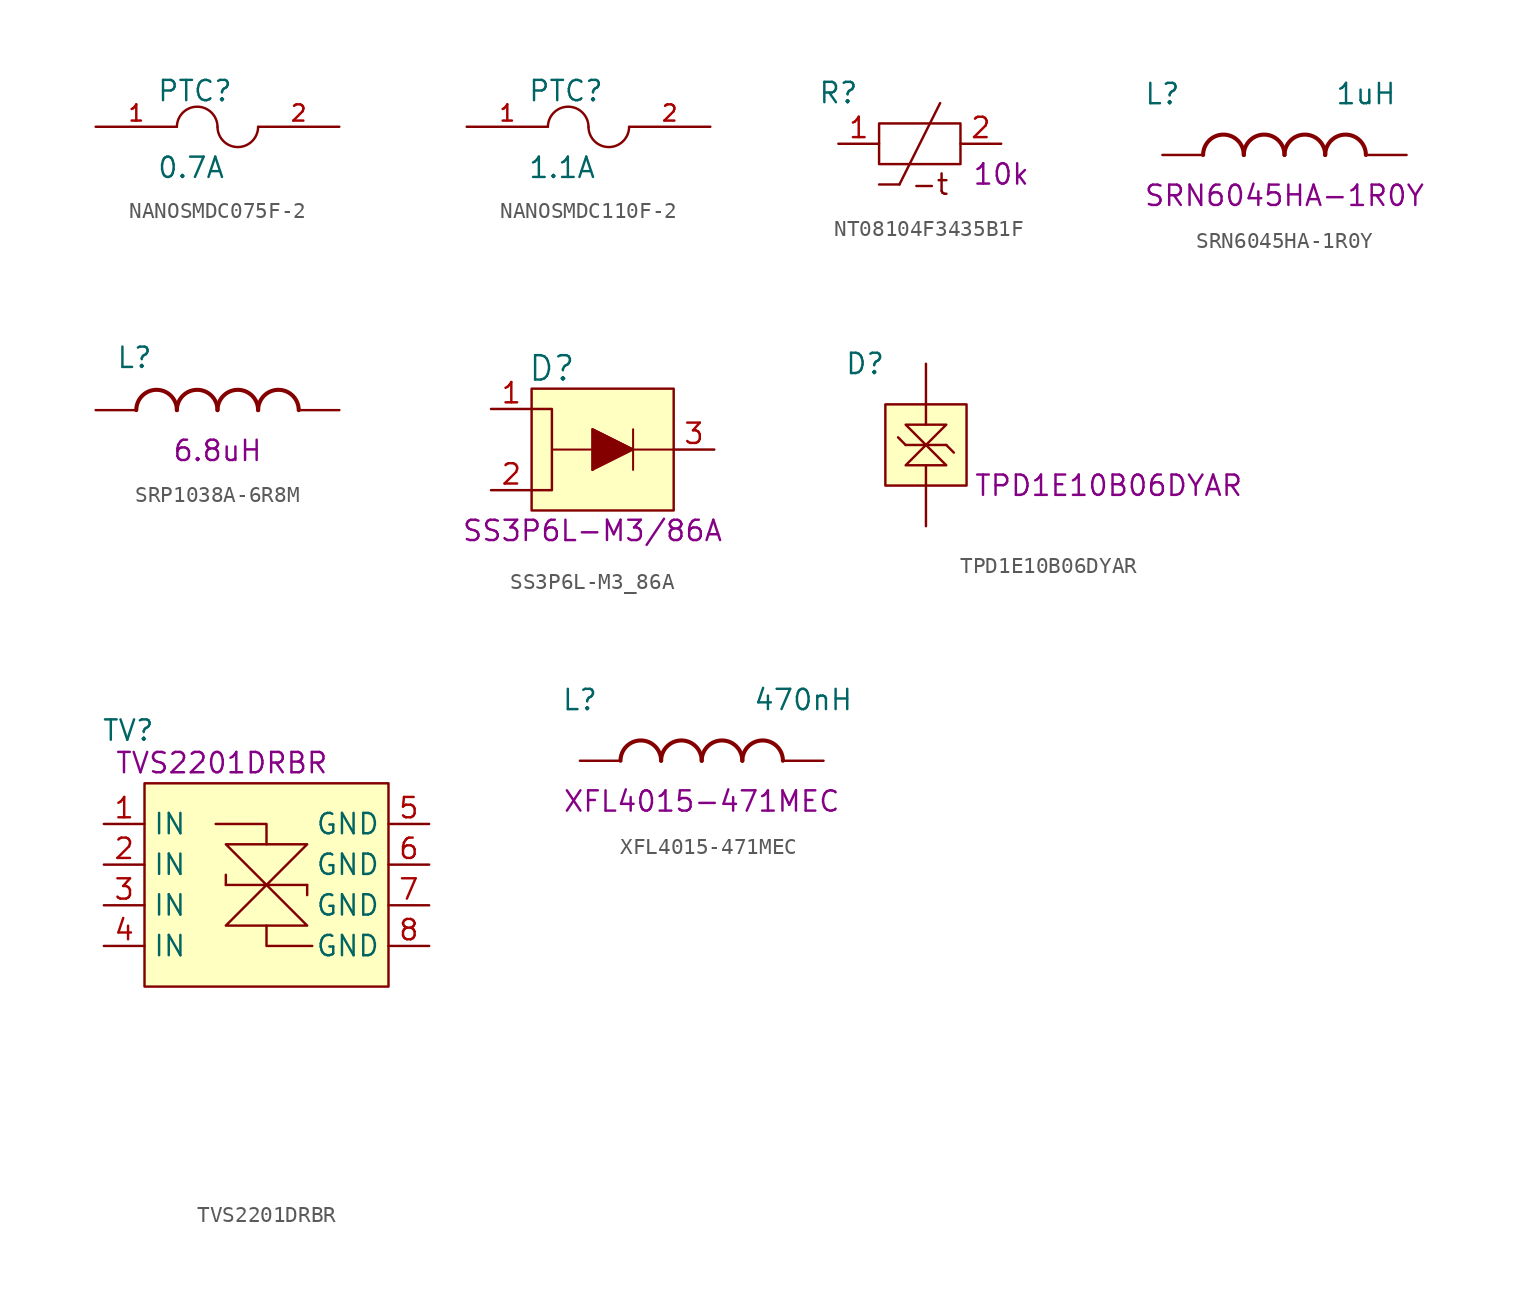
<source format=kicad_sym>
(kicad_symbol_lib
  (version 20241209)
  (generator "kicad_symbol_editor")
  (generator_version "9.0")
  (symbol "NANOSMDC075F-2"
    (pin_names
      (offset 1.016))
    (property "Reference" "PTC"
      (at -3.81 1.499 0)
      (effects (font (size 1.27 1.27)) (justify left bottom)))
    (property "Value" "0.7A"
      (at -3.81 -3.302 0)
      (effects (font (size 1.27 1.27)) (justify left bottom)))
    (symbol "NANOSMDC075F-2_0_0"
      (pin passive line (at -7.62 0 0) (length 5.08) (name "~" (effects (font (size 1.016 1.016)))) (number "1" (effects (font (size 1.016 1.016)))))
      (pin passive line (at 7.62 0 180) (length 5.08) (name "~" (effects (font (size 1.016 1.016)))) (number "2" (effects (font (size 1.016 1.016))))))
    (symbol "NANOSMDC075F-2_0_1"
      (arc (start -2.54 0) (mid -1.27 1.2542) (end 0 0) (stroke (width 0) (type default)) (fill (type none)))
      (arc (start 2.54 -0.0159) (mid 1.27 -1.2701) (end 0 -0.0159) (stroke (width 0) (type default)) (fill (type none)))))
  (symbol "NANOSMDC110F-2"
    (pin_names
      (offset 1.016))
    (property "Reference" "PTC"
      (at -3.81 1.499 0)
      (effects (font (size 1.27 1.27)) (justify left bottom)))
    (property "Value" "1.1A"
      (at -3.81 -3.302 0)
      (effects (font (size 1.27 1.27)) (justify left bottom)))
    (symbol "NANOSMDC110F-2_0_0"
      (pin passive line (at -7.62 0 0) (length 5.08) (name "~" (effects (font (size 1.016 1.016)))) (number "1" (effects (font (size 1.016 1.016)))))
      (pin passive line (at 7.62 0 180) (length 5.08) (name "~" (effects (font (size 1.016 1.016)))) (number "2" (effects (font (size 1.016 1.016))))))
    (symbol "NANOSMDC110F-2_0_1"
      (arc (start -2.54 0) (mid -1.27 1.2542) (end 0 0) (stroke (width 0) (type default)) (fill (type none)))
      (arc (start 2.54 -0.0159) (mid 1.27 -1.2701) (end 0 -0.0159) (stroke (width 0) (type default)) (fill (type none)))))
  (symbol "NT08104F3435B1F"
    (property "Reference" "R"
      (at 0 3.175 0)
      (effects (font (size 1.27 1.27))))
    (property "Resistance " "10k"
      (at 10.16 -1.905 0)
      (effects (font (size 1.27 1.27))))
    (symbol "NT08104F3435B1F_0_0"
      (pin passive line (at 0 0 0) (length 2.54) (name "" (effects (font (size 1.27 1.27)))) (number "1" (effects (font (size 1.27 1.27)))))
      (pin passive line (at 10.16 0 180) (length 2.54) (name "" (effects (font (size 1.27 1.27)))) (number "2" (effects (font (size 1.27 1.27))))))
    (symbol "NT08104F3435B1F_0_1"
      (rectangle (start 2.54 1.27) (end 7.62 -1.27) (stroke (width 0) (type default)) (fill (type none)))
      (polyline (pts (xy 2.54 -2.54) (xy 3.81 -2.54)) (stroke (width 0) (type default)) (fill (type none)))
      (polyline (pts (xy 3.81 -2.54) (xy 6.35 2.54)) (stroke (width 0) (type default)) (fill (type none))))
    (symbol "NT08104F3435B1F_1_1"
      (text "-t" (at 5.715 -2.54 0) (effects (font (size 1.27 1.27))))))
  (symbol "SRN6045HA-1R0Y"
    (pin_numbers
      (hide yes))
    (pin_names
      (hide yes))
    (property "Reference" "L"
      (at 0 3.81 0)
      (effects (font (size 1.27 1.27))))
    (property "Value" "1uH"
      (at 12.7 3.81 0)
      (effects (font (size 1.27 1.27))))
    (property "PartNumber" "SRN6045HA-1R0Y"
      (at 7.62 -2.54 0)
      (effects (font (size 1.27 1.27))))
    (symbol "SRN6045HA-1R0Y_0_0"
      (arc (start 2.54 0) (mid 3.81 1.2645) (end 5.08 0) (stroke (width 0.254) (type default)) (fill (type none)))
      (arc (start 5.08 0) (mid 6.35 1.2645) (end 7.62 0) (stroke (width 0.254) (type default)) (fill (type none)))
      (arc (start 7.62 0) (mid 8.89 1.2645) (end 10.16 0) (stroke (width 0.254) (type default)) (fill (type none)))
      (arc (start 10.16 0) (mid 11.43 1.2645) (end 12.7 0) (stroke (width 0.254) (type default)) (fill (type none)))
      (pin passive line (at 0 0 0) (length 2.54) (name "~" (effects (font (size 1.016 1.016)))) (number "1" (effects (font (size 1.016 1.016)))))
      (pin passive line (at 15.24 0 180) (length 2.54) (name "~" (effects (font (size 1.016 1.016)))) (number "2" (effects (font (size 1.016 1.016)))))))
  (symbol "SRP1038A-6R8M"
    (pin_numbers
      (hide yes))
    (pin_names
      (offset 1.016)
      (hide yes))
    (property "Reference" "L"
      (at 1.27 2.54 0)
      (effects (font (size 1.27 1.27)) (justify left bottom)))
    (property "Inductance " "6.8uH"
      (at 7.62 -2.54 0)
      (effects (font (size 1.27 1.27))))
    (symbol "SRP1038A-6R8M_0_0"
      (arc (start 2.54 0) (mid 3.81 1.2645) (end 5.08 0) (stroke (width 0.254) (type default)) (fill (type none)))
      (arc (start 5.08 0) (mid 6.35 1.2645) (end 7.62 0) (stroke (width 0.254) (type default)) (fill (type none)))
      (arc (start 7.62 0) (mid 8.89 1.2645) (end 10.16 0) (stroke (width 0.254) (type default)) (fill (type none)))
      (arc (start 10.16 0) (mid 11.43 1.2645) (end 12.7 0) (stroke (width 0.254) (type default)) (fill (type none)))
      (pin passive line (at 0 0 0) (length 2.54) (name "~" (effects (font (size 1.016 1.016)))) (number "1" (effects (font (size 1.016 1.016)))))
      (pin passive line (at 15.24 0 180) (length 2.54) (name "~" (effects (font (size 1.016 1.016)))) (number "2" (effects (font (size 1.016 1.016)))))))
  (symbol "SS3P6L-M3_86A"
    (pin_names
      (offset 0.254)
      (hide yes))
    (property "Reference" "D"
      (at 3.81 2.54 0)
      (effects (font (size 1.524 1.524))))
    (property "PartNumber" "SS3P6L-M3/86A"
      (at 6.35 -7.62 0)
      (effects (font (size 1.27 1.27))))
    (symbol "SS3P6L-M3_86A_0_1"
      (polyline (pts (xy 3.81 -2.54) (xy 11.43 -2.54)) (stroke (width 0.127) (type default)) (fill (type none)))
      (polyline (pts (xy 6.35 -3.81) (xy 6.35 -1.27)) (stroke (width 0.127) (type default)) (fill (type none)))
      (polyline (pts (xy 6.35 -3.81) (xy 8.89 -2.54)) (stroke (width 0.127) (type default)) (fill (type none)))
      (polyline (pts (xy 8.89 -2.54) (xy 6.35 -1.27)) (stroke (width 0.127) (type default)) (fill (type none)))
      (polyline (pts (xy 8.89 -2.54) (xy 6.35 -1.27) (xy 6.35 -3.81)) (stroke (width 0) (type default)) (fill (type outline)))
      (polyline (pts (xy 8.89 -3.81) (xy 8.89 -1.27)) (stroke (width 0.127) (type default)) (fill (type none))))
    (symbol "SS3P6L-M3_86A_1_1"
      (rectangle (start 2.54 1.27) (end 11.43 -6.35) (stroke (width 0) (type default)) (fill (type background)))
      (polyline (pts (xy 2.54 0) (xy 3.81 0) (xy 3.81 -5.08) (xy 2.54 -5.08)) (stroke (width 0) (type default)) (fill (type none)))
      (pin unspecified line (at 0 0 0) (length 2.54) (name "Anode" (effects (font (size 1.27 1.27)))) (number "1" (effects (font (size 1.27 1.27)))))
      (pin unspecified line (at 0 -5.08 0) (length 2.54) (name "Anode" (effects (font (size 1.27 1.27)))) (number "2" (effects (font (size 1.27 1.27)))))
      (pin unspecified line (at 13.97 -2.54 180) (length 2.54) (name "CATHODE" (effects (font (size 1.27 1.27)))) (number "3" (effects (font (size 1.27 1.27)))))))
  (symbol "TPD1E10B06DYAR"
    (pin_numbers
      (hide yes))
    (pin_names
      (hide yes))
    (property "Reference" "D"
      (at 0 0 0)
      (effects (font (size 1.27 1.27))))
    (property "PartNumber" "TPD1E10B06DYAR"
      (at 15.24 -7.62 0)
      (effects (font (size 1.27 1.27))))
    (symbol "TPD1E10B06DYAR_0_1"
      (polyline (pts (xy 2.54 -5.08) (xy 2.066 -4.603)) (stroke (width 0) (type default)) (fill (type none)))
      (polyline (pts (xy 2.54 -5.08) (xy 5.08 -5.08) (xy 5.08 -5.08)) (stroke (width 0) (type default)) (fill (type none)))
      (polyline (pts (xy 2.54 -6.35) (xy 5.08 -3.81) (xy 2.54 -3.81) (xy 5.08 -6.35) (xy 2.54 -6.35)) (stroke (width 0) (type default)) (fill (type none)))
      (polyline (pts (xy 3.81 -2.54) (xy 3.81 -3.81)) (stroke (width 0) (type default)) (fill (type none)))
      (polyline (pts (xy 3.81 -6.35) (xy 3.81 -7.62)) (stroke (width 0) (type default)) (fill (type none)))
      (polyline (pts (xy 5.08 -5.08) (xy 5.554 -5.557)) (stroke (width 0) (type default)) (fill (type none))))
    (symbol "TPD1E10B06DYAR_1_1"
      (rectangle (start 1.27 -2.54) (end 6.35 -7.62) (stroke (width 0) (type default)) (fill (type background)))
      (pin input line (at 3.81 0 270) (length 2.54) (name "" (effects (font (size 1.27 1.27)))) (number "C" (effects (font (size 1.27 1.27)))))
      (pin input line (at 3.81 -10.16 90) (length 2.54) (name "" (effects (font (size 1.27 1.27)))) (number "A" (effects (font (size 1.27 1.27)))))))
  (symbol "TVS2201DRBR"
    (property "Reference" "TV"
      (at 1.524 5.842 0)
      (effects (font (size 1.27 1.27))))
    (property "PartNumber" "TVS2201DRBR"
      (at 7.366 3.81 0)
      (effects (font (size 1.27 1.27))))
    (symbol "TVS2201DRBR_0_0"
      (pin passive line (at 0 0 0) (length 2.54) (name "IN" (effects (font (size 1.27 1.27)))) (number "1" (effects (font (size 1.27 1.27)))))
      (pin passive line (at 0 -2.54 0) (length 2.54) (name "IN" (effects (font (size 1.27 1.27)))) (number "2" (effects (font (size 1.27 1.27)))))
      (pin passive line (at 0 -5.08 0) (length 2.54) (name "IN" (effects (font (size 1.27 1.27)))) (number "3" (effects (font (size 1.27 1.27)))))
      (pin passive line (at 0 -7.62 0) (length 2.54) (name "IN" (effects (font (size 1.27 1.27)))) (number "4" (effects (font (size 1.27 1.27)))))
      (pin passive line (at 20.32 0 180) (length 2.54) (name "GND" (effects (font (size 1.27 1.27)))) (number "5" (effects (font (size 1.27 1.27)))))
      (pin passive line (at 20.32 -2.54 180) (length 2.54) (name "GND" (effects (font (size 1.27 1.27)))) (number "6" (effects (font (size 1.27 1.27)))))
      (pin passive line (at 20.32 -5.08 180) (length 2.54) (name "GND" (effects (font (size 1.27 1.27)))) (number "7" (effects (font (size 1.27 1.27)))))
      (pin passive line (at 20.32 -7.62 180) (length 2.54) (name "GND" (effects (font (size 1.27 1.27)))) (number "8" (effects (font (size 1.27 1.27))))))
    (symbol "TVS2201DRBR_1_0"
      (pin passive line (at 2.54 -20.32 180) (length 2.54) (hide yes) (name "NC" (effects (font (size 1.27 1.27)))) (number "9" (effects (font (size 1.27 1.27))))))
    (symbol "TVS2201DRBR_1_1"
      (rectangle (start 2.54 2.54) (end 17.78 -10.16) (stroke (width 0) (type default)) (fill (type background)))
      (polyline (pts (xy 7.62 -3.81) (xy 7.62 -3.175)) (stroke (width 0) (type default)) (fill (type none)))
      (polyline (pts (xy 10.16 -1.27) (xy 10.16 0) (xy 6.985 0)) (stroke (width 0) (type default)) (fill (type none)))
      (polyline (pts (xy 10.16 -3.81) (xy 7.62 -1.27) (xy 12.7 -1.27) (xy 7.62 -6.35) (xy 12.7 -6.35) (xy 10.16 -3.81) (xy 7.62 -3.81) (xy 12.7 -3.81)) (stroke (width 0) (type default)) (fill (type none)))
      (polyline (pts (xy 10.16 -6.35) (xy 10.16 -7.62) (xy 13.018 -7.62)) (stroke (width 0) (type default)) (fill (type none)))
      (polyline (pts (xy 12.7 -3.81) (xy 12.7 -4.445)) (stroke (width 0) (type default)) (fill (type none)))))
  (symbol "XFL4015-471MEC"
    (pin_numbers
      (hide yes))
    (pin_names
      (hide yes))
    (property "Reference" "L"
      (at 0 3.81 0)
      (effects (font (size 1.27 1.27))))
    (property "Value" "470nH"
      (at 13.97 3.81 0)
      (effects (font (size 1.27 1.27))))
    (property "PartNumber" "XFL4015-471MEC"
      (at 7.62 -2.54 0)
      (effects (font (size 1.27 1.27))))
    (symbol "XFL4015-471MEC_0_0"
      (arc (start 2.54 0) (mid 3.81 1.2645) (end 5.08 0) (stroke (width 0.254) (type default)) (fill (type none)))
      (arc (start 5.08 0) (mid 6.35 1.2645) (end 7.62 0) (stroke (width 0.254) (type default)) (fill (type none)))
      (arc (start 7.62 0) (mid 8.89 1.2645) (end 10.16 0) (stroke (width 0.254) (type default)) (fill (type none)))
      (arc (start 10.16 0) (mid 11.43 1.2645) (end 12.7 0) (stroke (width 0.254) (type default)) (fill (type none)))
      (pin passive line (at 0 0 0) (length 2.54) (name "~" (effects (font (size 1.016 1.016)))) (number "1" (effects (font (size 1.016 1.016)))))
      (pin passive line (at 15.24 0 180) (length 2.54) (name "~" (effects (font (size 1.016 1.016)))) (number "2" (effects (font (size 1.016 1.016))))))))
</source>
